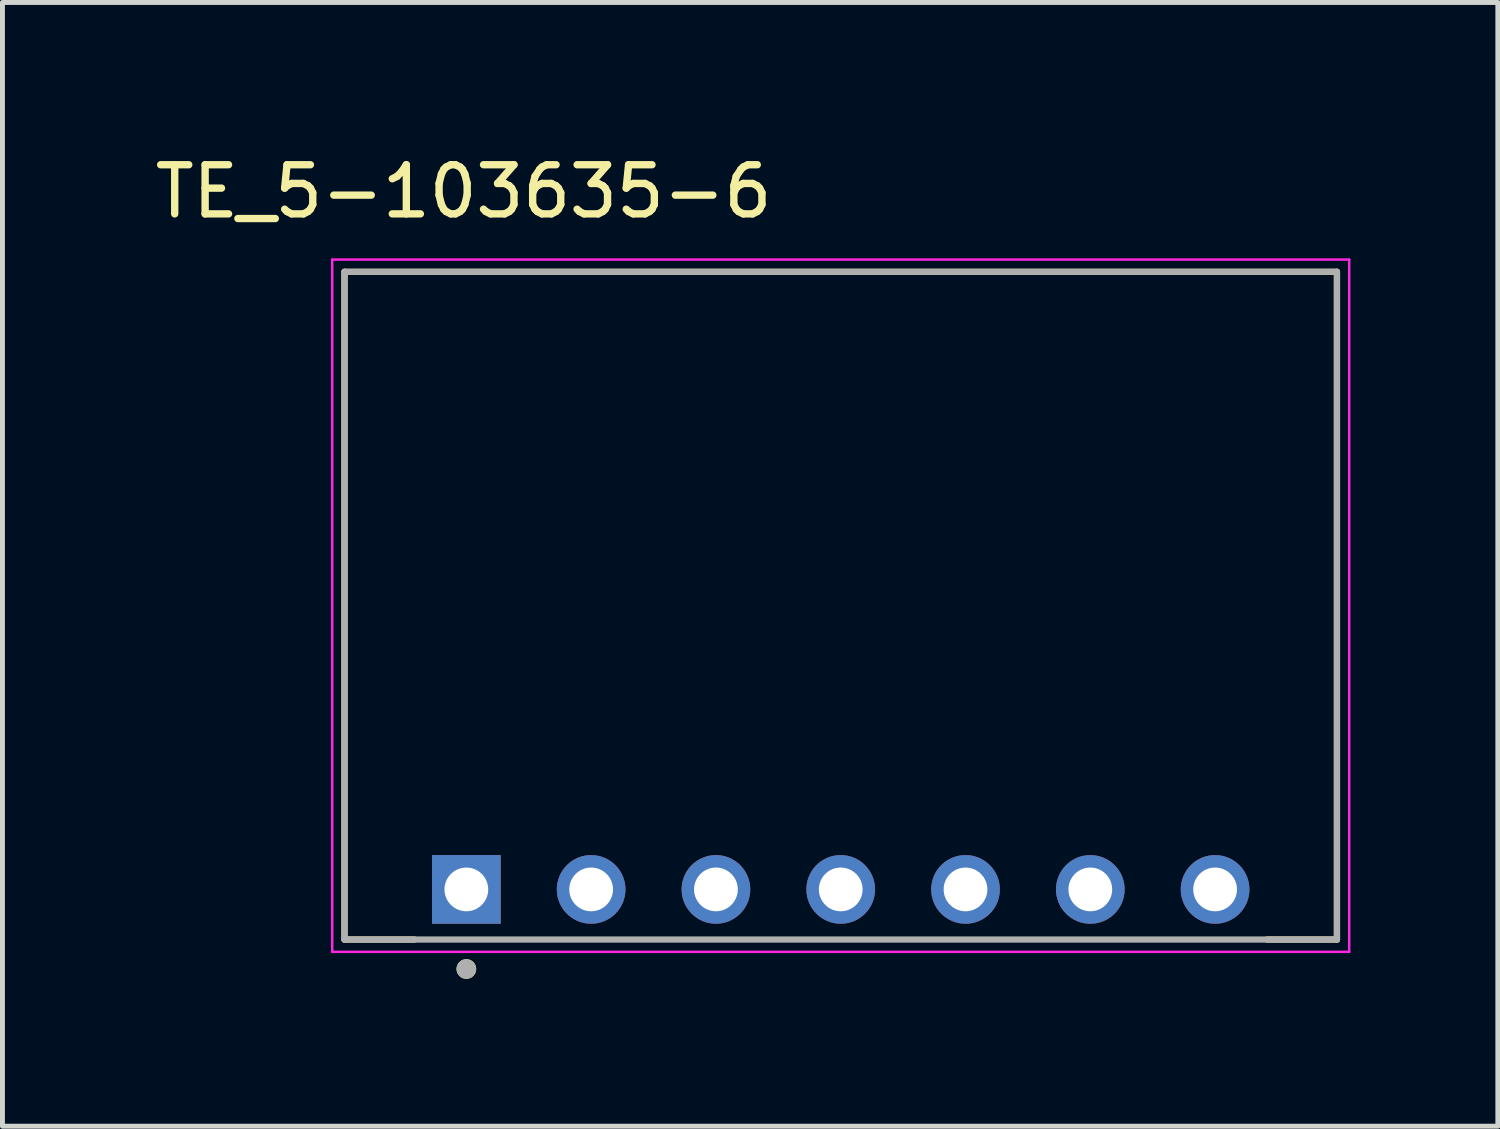
<source format=kicad_pcb>
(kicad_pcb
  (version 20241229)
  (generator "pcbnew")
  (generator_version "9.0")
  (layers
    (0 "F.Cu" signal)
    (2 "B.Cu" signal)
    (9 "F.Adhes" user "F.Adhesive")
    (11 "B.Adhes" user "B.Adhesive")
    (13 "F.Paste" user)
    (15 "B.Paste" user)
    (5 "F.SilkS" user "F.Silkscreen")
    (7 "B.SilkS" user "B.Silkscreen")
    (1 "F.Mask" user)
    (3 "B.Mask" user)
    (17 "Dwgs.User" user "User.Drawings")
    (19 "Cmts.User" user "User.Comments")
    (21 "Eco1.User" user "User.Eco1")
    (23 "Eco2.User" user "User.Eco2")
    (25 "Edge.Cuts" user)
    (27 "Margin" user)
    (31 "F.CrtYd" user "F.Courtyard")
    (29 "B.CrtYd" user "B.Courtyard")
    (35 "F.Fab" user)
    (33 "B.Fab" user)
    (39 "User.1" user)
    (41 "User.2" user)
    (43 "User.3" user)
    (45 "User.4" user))
  (footprint "TE_5-103635-6"
    (layer "F.Cu")
    (at 14.062 15.053)
    (property "Reference" "TE_5-103635-6" (at -7.675 -14.205 0) (layer "F.SilkS") (effects (font (size 1 1) (thickness 0.15))))
    (attr through_hole)
    (fp_line (start -10.1 -12.57) (end 10.1 -12.57) (stroke (width 0.127) (type solid)) (layer "F.SilkS"))
    (fp_line (start -10.1 1.02) (end -10.1 -12.57) (stroke (width 0.127) (type solid)) (layer "F.SilkS"))
    (fp_line (start -10.1 1.02) (end -8.677 1.02) (stroke (width 0.127) (type solid)) (layer "F.SilkS"))
    (fp_line (start 8.677 1.02) (end 10.1 1.02) (stroke (width 0.127) (type solid)) (layer "F.SilkS"))
    (fp_line (start 10.1 -12.57) (end 10.1 1.02) (stroke (width 0.127) (type solid)) (layer "F.SilkS"))
    (fp_circle (center -7.62 1.62) (end -7.52 1.62) (stroke (width 0.2) (type solid)) (fill no) (layer "F.SilkS"))
    (fp_line (start -10.35 -12.82) (end 10.35 -12.82) (stroke (width 0.05) (type solid)) (layer "F.CrtYd"))
    (fp_line (start -10.35 1.27) (end -10.35 -12.82) (stroke (width 0.05) (type solid)) (layer "F.CrtYd"))
    (fp_line (start 10.35 -12.82) (end 10.35 1.27) (stroke (width 0.05) (type solid)) (layer "F.CrtYd"))
    (fp_line (start 10.35 1.27) (end -10.35 1.27) (stroke (width 0.05) (type solid)) (layer "F.CrtYd"))
    (fp_line (start -10.1 -12.57) (end 10.1 -12.57) (stroke (width 0.127) (type solid)) (layer "F.Fab"))
    (fp_line (start -10.1 1.02) (end -10.1 -12.57) (stroke (width 0.127) (type solid)) (layer "F.Fab"))
    (fp_line (start 10.1 -12.57) (end 10.1 1.02) (stroke (width 0.127) (type solid)) (layer "F.Fab"))
    (fp_line (start 10.1 1.02) (end -10.1 1.02) (stroke (width 0.127) (type solid)) (layer "F.Fab"))
    (fp_circle (center -7.62 1.62) (end -7.52 1.62) (stroke (width 0.2) (type solid)) (fill no) (layer "F.Fab"))
    (pad "1" thru_hole rect (at -7.62 0) (size 1.398 1.398) (drill 0.89) (layers "*.Cu" "*.Mask"))
    (pad "2" thru_hole circle (at -5.08 0) (size 1.398 1.398) (drill 0.89) (layers "*.Cu" "*.Mask"))
    (pad "3" thru_hole circle (at -2.54 0) (size 1.398 1.398) (drill 0.89) (layers "*.Cu" "*.Mask"))
    (pad "4" thru_hole circle (at 0 0) (size 1.398 1.398) (drill 0.89) (layers "*.Cu" "*.Mask"))
    (pad "5" thru_hole circle (at 2.54 0) (size 1.398 1.398) (drill 0.89) (layers "*.Cu" "*.Mask"))
    (pad "6" thru_hole circle (at 5.08 0) (size 1.398 1.398) (drill 0.89) (layers "*.Cu" "*.Mask"))
    (pad "7" thru_hole circle (at 7.62 0) (size 1.398 1.398) (drill 0.89) (layers "*.Cu" "*.Mask")))
  (gr_rect
    (start -3 -3)
    (end 27.437 19.873)
    (stroke (width 0.1) (type default))
    (fill no)
    (layer "Edge.Cuts")))
</source>
